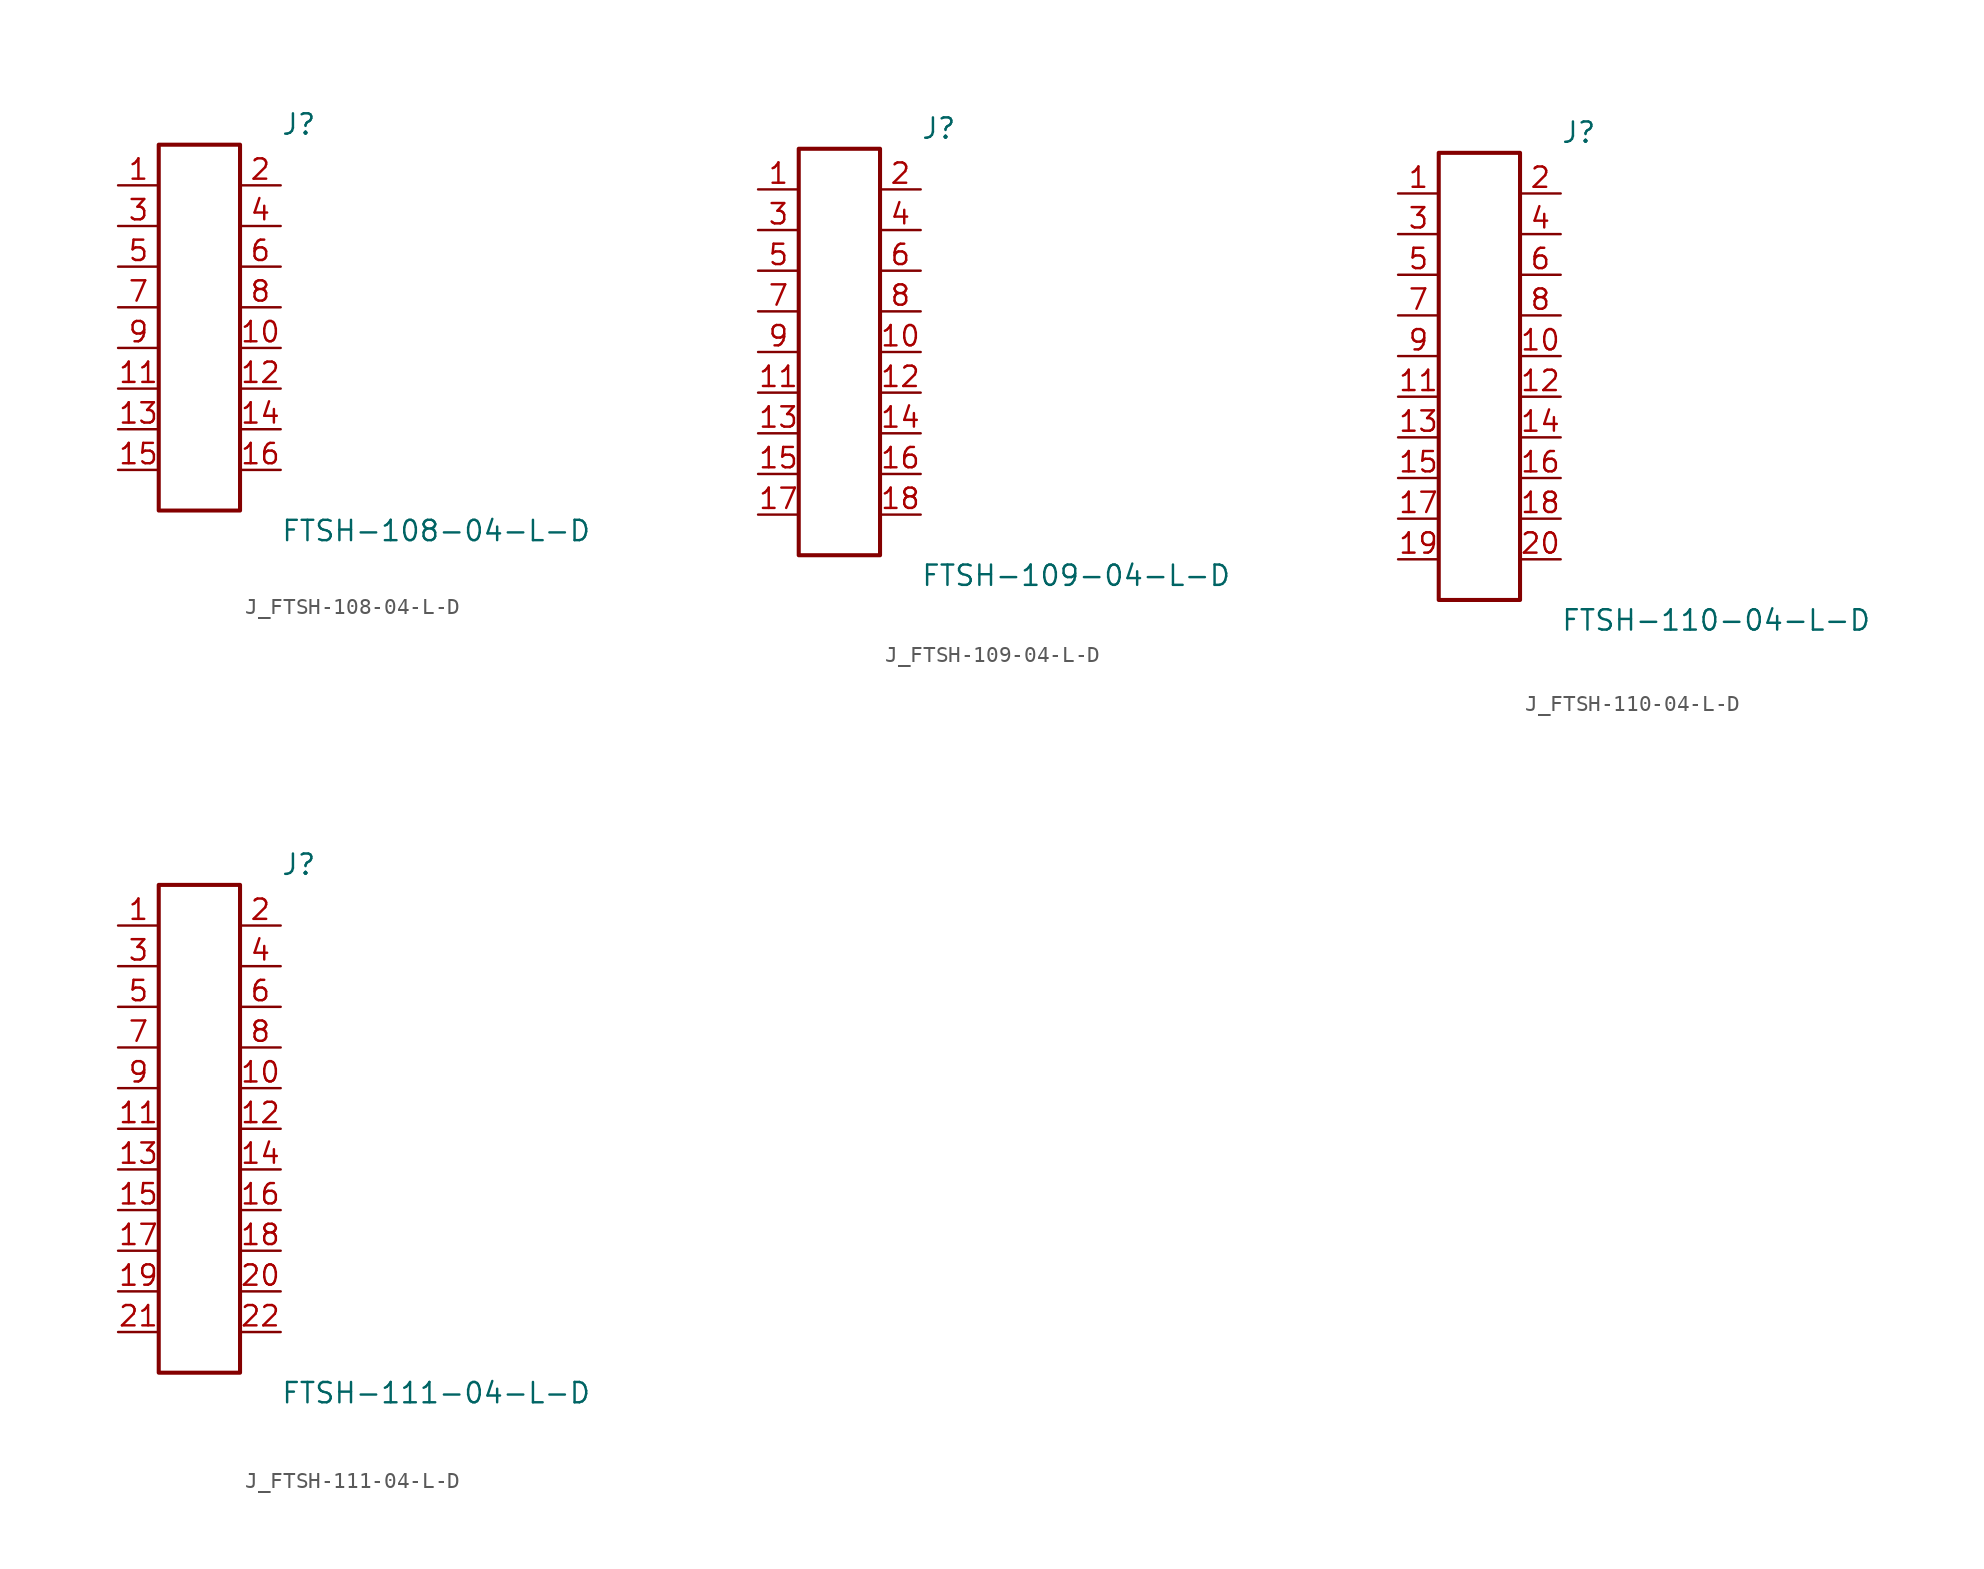
<source format=kicad_sym>
(kicad_symbol_lib
  (version 20231120)
  (generator kicad_symbol_editor)
  (generator_version 8.0)
  (symbol "J_FTSH-108-04-L-D"
    (pin_names
      (offset 0.254))
    (property "Reference" "J"
      (at 5.08 12.7 0)
      (effects (font (size 1.27 1.27)) (justify left)))
    (property "Value" "FTSH-108-04-L-D"
      (at 5.08 -12.7 0)
      (effects (font (size 1.27 1.27)) (justify left)))
    (symbol "J_FTSH-108-04-L-D_0_0"
      (pin passive line (at -5.08 8.89 0) (length 2.54) (name "" (effects (font (size 1.27 1.27)))) (number "1" (effects (font (size 1.27 1.27)))))
      (pin passive line (at 5.08 8.89 180) (length 2.54) (name "" (effects (font (size 1.27 1.27)))) (number "2" (effects (font (size 1.27 1.27)))))
      (pin passive line (at -5.08 6.35 0) (length 2.54) (name "" (effects (font (size 1.27 1.27)))) (number "3" (effects (font (size 1.27 1.27)))))
      (pin passive line (at 5.08 6.35 180) (length 2.54) (name "" (effects (font (size 1.27 1.27)))) (number "4" (effects (font (size 1.27 1.27)))))
      (pin passive line (at -5.08 3.81 0) (length 2.54) (name "" (effects (font (size 1.27 1.27)))) (number "5" (effects (font (size 1.27 1.27)))))
      (pin passive line (at 5.08 3.81 180) (length 2.54) (name "" (effects (font (size 1.27 1.27)))) (number "6" (effects (font (size 1.27 1.27)))))
      (pin passive line (at -5.08 1.27 0) (length 2.54) (name "" (effects (font (size 1.27 1.27)))) (number "7" (effects (font (size 1.27 1.27)))))
      (pin passive line (at 5.08 1.27 180) (length 2.54) (name "" (effects (font (size 1.27 1.27)))) (number "8" (effects (font (size 1.27 1.27)))))
      (pin passive line (at -5.08 -1.27 0) (length 2.54) (name "" (effects (font (size 1.27 1.27)))) (number "9" (effects (font (size 1.27 1.27)))))
      (pin passive line (at 5.08 -1.27 180) (length 2.54) (name "" (effects (font (size 1.27 1.27)))) (number "10" (effects (font (size 1.27 1.27)))))
      (pin passive line (at -5.08 -3.81 0) (length 2.54) (name "" (effects (font (size 1.27 1.27)))) (number "11" (effects (font (size 1.27 1.27)))))
      (pin passive line (at 5.08 -3.81 180) (length 2.54) (name "" (effects (font (size 1.27 1.27)))) (number "12" (effects (font (size 1.27 1.27)))))
      (pin passive line (at -5.08 -6.35 0) (length 2.54) (name "" (effects (font (size 1.27 1.27)))) (number "13" (effects (font (size 1.27 1.27)))))
      (pin passive line (at 5.08 -6.35 180) (length 2.54) (name "" (effects (font (size 1.27 1.27)))) (number "14" (effects (font (size 1.27 1.27)))))
      (pin passive line (at -5.08 -8.89 0) (length 2.54) (name "" (effects (font (size 1.27 1.27)))) (number "15" (effects (font (size 1.27 1.27)))))
      (pin passive line (at 5.08 -8.89 180) (length 2.54) (name "" (effects (font (size 1.27 1.27)))) (number "16" (effects (font (size 1.27 1.27))))))
    (symbol "J_FTSH-108-04-L-D_1_0"
      (rectangle (start -2.54 11.43) (end 2.54 -11.43) (stroke (width 0.254) (type solid)) (fill (type none)))))
  (symbol "J_FTSH-109-04-L-D"
    (pin_names
      (offset 0.254))
    (property "Reference" "J"
      (at 5.08 13.97 0)
      (effects (font (size 1.27 1.27)) (justify left)))
    (property "Value" "FTSH-109-04-L-D"
      (at 5.08 -13.97 0)
      (effects (font (size 1.27 1.27)) (justify left)))
    (symbol "J_FTSH-109-04-L-D_0_0"
      (pin passive line (at -5.08 10.16 0) (length 2.54) (name "" (effects (font (size 1.27 1.27)))) (number "1" (effects (font (size 1.27 1.27)))))
      (pin passive line (at 5.08 10.16 180) (length 2.54) (name "" (effects (font (size 1.27 1.27)))) (number "2" (effects (font (size 1.27 1.27)))))
      (pin passive line (at -5.08 7.62 0) (length 2.54) (name "" (effects (font (size 1.27 1.27)))) (number "3" (effects (font (size 1.27 1.27)))))
      (pin passive line (at 5.08 7.62 180) (length 2.54) (name "" (effects (font (size 1.27 1.27)))) (number "4" (effects (font (size 1.27 1.27)))))
      (pin passive line (at -5.08 5.08 0) (length 2.54) (name "" (effects (font (size 1.27 1.27)))) (number "5" (effects (font (size 1.27 1.27)))))
      (pin passive line (at 5.08 5.08 180) (length 2.54) (name "" (effects (font (size 1.27 1.27)))) (number "6" (effects (font (size 1.27 1.27)))))
      (pin passive line (at -5.08 2.54 0) (length 2.54) (name "" (effects (font (size 1.27 1.27)))) (number "7" (effects (font (size 1.27 1.27)))))
      (pin passive line (at 5.08 2.54 180) (length 2.54) (name "" (effects (font (size 1.27 1.27)))) (number "8" (effects (font (size 1.27 1.27)))))
      (pin passive line (at -5.08 0.0 0) (length 2.54) (name "" (effects (font (size 1.27 1.27)))) (number "9" (effects (font (size 1.27 1.27)))))
      (pin passive line (at 5.08 0.0 180) (length 2.54) (name "" (effects (font (size 1.27 1.27)))) (number "10" (effects (font (size 1.27 1.27)))))
      (pin passive line (at -5.08 -2.54 0) (length 2.54) (name "" (effects (font (size 1.27 1.27)))) (number "11" (effects (font (size 1.27 1.27)))))
      (pin passive line (at 5.08 -2.54 180) (length 2.54) (name "" (effects (font (size 1.27 1.27)))) (number "12" (effects (font (size 1.27 1.27)))))
      (pin passive line (at -5.08 -5.08 0) (length 2.54) (name "" (effects (font (size 1.27 1.27)))) (number "13" (effects (font (size 1.27 1.27)))))
      (pin passive line (at 5.08 -5.08 180) (length 2.54) (name "" (effects (font (size 1.27 1.27)))) (number "14" (effects (font (size 1.27 1.27)))))
      (pin passive line (at -5.08 -7.62 0) (length 2.54) (name "" (effects (font (size 1.27 1.27)))) (number "15" (effects (font (size 1.27 1.27)))))
      (pin passive line (at 5.08 -7.62 180) (length 2.54) (name "" (effects (font (size 1.27 1.27)))) (number "16" (effects (font (size 1.27 1.27)))))
      (pin passive line (at -5.08 -10.16 0) (length 2.54) (name "" (effects (font (size 1.27 1.27)))) (number "17" (effects (font (size 1.27 1.27)))))
      (pin passive line (at 5.08 -10.16 180) (length 2.54) (name "" (effects (font (size 1.27 1.27)))) (number "18" (effects (font (size 1.27 1.27))))))
    (symbol "J_FTSH-109-04-L-D_1_0"
      (rectangle (start -2.54 12.7) (end 2.54 -12.7) (stroke (width 0.254) (type solid)) (fill (type none)))))
  (symbol "J_FTSH-110-04-L-D"
    (pin_names
      (offset 0.254))
    (property "Reference" "J"
      (at 5.08 15.24 0)
      (effects (font (size 1.27 1.27)) (justify left)))
    (property "Value" "FTSH-110-04-L-D"
      (at 5.08 -15.24 0)
      (effects (font (size 1.27 1.27)) (justify left)))
    (symbol "J_FTSH-110-04-L-D_0_0"
      (pin passive line (at -5.08 11.43 0) (length 2.54) (name "" (effects (font (size 1.27 1.27)))) (number "1" (effects (font (size 1.27 1.27)))))
      (pin passive line (at 5.08 11.43 180) (length 2.54) (name "" (effects (font (size 1.27 1.27)))) (number "2" (effects (font (size 1.27 1.27)))))
      (pin passive line (at -5.08 8.89 0) (length 2.54) (name "" (effects (font (size 1.27 1.27)))) (number "3" (effects (font (size 1.27 1.27)))))
      (pin passive line (at 5.08 8.89 180) (length 2.54) (name "" (effects (font (size 1.27 1.27)))) (number "4" (effects (font (size 1.27 1.27)))))
      (pin passive line (at -5.08 6.35 0) (length 2.54) (name "" (effects (font (size 1.27 1.27)))) (number "5" (effects (font (size 1.27 1.27)))))
      (pin passive line (at 5.08 6.35 180) (length 2.54) (name "" (effects (font (size 1.27 1.27)))) (number "6" (effects (font (size 1.27 1.27)))))
      (pin passive line (at -5.08 3.81 0) (length 2.54) (name "" (effects (font (size 1.27 1.27)))) (number "7" (effects (font (size 1.27 1.27)))))
      (pin passive line (at 5.08 3.81 180) (length 2.54) (name "" (effects (font (size 1.27 1.27)))) (number "8" (effects (font (size 1.27 1.27)))))
      (pin passive line (at -5.08 1.27 0) (length 2.54) (name "" (effects (font (size 1.27 1.27)))) (number "9" (effects (font (size 1.27 1.27)))))
      (pin passive line (at 5.08 1.27 180) (length 2.54) (name "" (effects (font (size 1.27 1.27)))) (number "10" (effects (font (size 1.27 1.27)))))
      (pin passive line (at -5.08 -1.27 0) (length 2.54) (name "" (effects (font (size 1.27 1.27)))) (number "11" (effects (font (size 1.27 1.27)))))
      (pin passive line (at 5.08 -1.27 180) (length 2.54) (name "" (effects (font (size 1.27 1.27)))) (number "12" (effects (font (size 1.27 1.27)))))
      (pin passive line (at -5.08 -3.81 0) (length 2.54) (name "" (effects (font (size 1.27 1.27)))) (number "13" (effects (font (size 1.27 1.27)))))
      (pin passive line (at 5.08 -3.81 180) (length 2.54) (name "" (effects (font (size 1.27 1.27)))) (number "14" (effects (font (size 1.27 1.27)))))
      (pin passive line (at -5.08 -6.35 0) (length 2.54) (name "" (effects (font (size 1.27 1.27)))) (number "15" (effects (font (size 1.27 1.27)))))
      (pin passive line (at 5.08 -6.35 180) (length 2.54) (name "" (effects (font (size 1.27 1.27)))) (number "16" (effects (font (size 1.27 1.27)))))
      (pin passive line (at -5.08 -8.89 0) (length 2.54) (name "" (effects (font (size 1.27 1.27)))) (number "17" (effects (font (size 1.27 1.27)))))
      (pin passive line (at 5.08 -8.89 180) (length 2.54) (name "" (effects (font (size 1.27 1.27)))) (number "18" (effects (font (size 1.27 1.27)))))
      (pin passive line (at -5.08 -11.43 0) (length 2.54) (name "" (effects (font (size 1.27 1.27)))) (number "19" (effects (font (size 1.27 1.27)))))
      (pin passive line (at 5.08 -11.43 180) (length 2.54) (name "" (effects (font (size 1.27 1.27)))) (number "20" (effects (font (size 1.27 1.27))))))
    (symbol "J_FTSH-110-04-L-D_1_0"
      (rectangle (start -2.54 13.97) (end 2.54 -13.97) (stroke (width 0.254) (type solid)) (fill (type none)))))
  (symbol "J_FTSH-111-04-L-D"
    (pin_names
      (offset 0.254))
    (property "Reference" "J"
      (at 5.08 16.51 0)
      (effects (font (size 1.27 1.27)) (justify left)))
    (property "Value" "FTSH-111-04-L-D"
      (at 5.08 -16.51 0)
      (effects (font (size 1.27 1.27)) (justify left)))
    (symbol "J_FTSH-111-04-L-D_0_0"
      (pin passive line (at -5.08 12.7 0) (length 2.54) (name "" (effects (font (size 1.27 1.27)))) (number "1" (effects (font (size 1.27 1.27)))))
      (pin passive line (at 5.08 12.7 180) (length 2.54) (name "" (effects (font (size 1.27 1.27)))) (number "2" (effects (font (size 1.27 1.27)))))
      (pin passive line (at -5.08 10.16 0) (length 2.54) (name "" (effects (font (size 1.27 1.27)))) (number "3" (effects (font (size 1.27 1.27)))))
      (pin passive line (at 5.08 10.16 180) (length 2.54) (name "" (effects (font (size 1.27 1.27)))) (number "4" (effects (font (size 1.27 1.27)))))
      (pin passive line (at -5.08 7.62 0) (length 2.54) (name "" (effects (font (size 1.27 1.27)))) (number "5" (effects (font (size 1.27 1.27)))))
      (pin passive line (at 5.08 7.62 180) (length 2.54) (name "" (effects (font (size 1.27 1.27)))) (number "6" (effects (font (size 1.27 1.27)))))
      (pin passive line (at -5.08 5.08 0) (length 2.54) (name "" (effects (font (size 1.27 1.27)))) (number "7" (effects (font (size 1.27 1.27)))))
      (pin passive line (at 5.08 5.08 180) (length 2.54) (name "" (effects (font (size 1.27 1.27)))) (number "8" (effects (font (size 1.27 1.27)))))
      (pin passive line (at -5.08 2.54 0) (length 2.54) (name "" (effects (font (size 1.27 1.27)))) (number "9" (effects (font (size 1.27 1.27)))))
      (pin passive line (at 5.08 2.54 180) (length 2.54) (name "" (effects (font (size 1.27 1.27)))) (number "10" (effects (font (size 1.27 1.27)))))
      (pin passive line (at -5.08 0.0 0) (length 2.54) (name "" (effects (font (size 1.27 1.27)))) (number "11" (effects (font (size 1.27 1.27)))))
      (pin passive line (at 5.08 0.0 180) (length 2.54) (name "" (effects (font (size 1.27 1.27)))) (number "12" (effects (font (size 1.27 1.27)))))
      (pin passive line (at -5.08 -2.54 0) (length 2.54) (name "" (effects (font (size 1.27 1.27)))) (number "13" (effects (font (size 1.27 1.27)))))
      (pin passive line (at 5.08 -2.54 180) (length 2.54) (name "" (effects (font (size 1.27 1.27)))) (number "14" (effects (font (size 1.27 1.27)))))
      (pin passive line (at -5.08 -5.08 0) (length 2.54) (name "" (effects (font (size 1.27 1.27)))) (number "15" (effects (font (size 1.27 1.27)))))
      (pin passive line (at 5.08 -5.08 180) (length 2.54) (name "" (effects (font (size 1.27 1.27)))) (number "16" (effects (font (size 1.27 1.27)))))
      (pin passive line (at -5.08 -7.62 0) (length 2.54) (name "" (effects (font (size 1.27 1.27)))) (number "17" (effects (font (size 1.27 1.27)))))
      (pin passive line (at 5.08 -7.62 180) (length 2.54) (name "" (effects (font (size 1.27 1.27)))) (number "18" (effects (font (size 1.27 1.27)))))
      (pin passive line (at -5.08 -10.16 0) (length 2.54) (name "" (effects (font (size 1.27 1.27)))) (number "19" (effects (font (size 1.27 1.27)))))
      (pin passive line (at 5.08 -10.16 180) (length 2.54) (name "" (effects (font (size 1.27 1.27)))) (number "20" (effects (font (size 1.27 1.27)))))
      (pin passive line (at -5.08 -12.7 0) (length 2.54) (name "" (effects (font (size 1.27 1.27)))) (number "21" (effects (font (size 1.27 1.27)))))
      (pin passive line (at 5.08 -12.7 180) (length 2.54) (name "" (effects (font (size 1.27 1.27)))) (number "22" (effects (font (size 1.27 1.27))))))
    (symbol "J_FTSH-111-04-L-D_1_0"
      (rectangle (start -2.54 15.24) (end 2.54 -15.24) (stroke (width 0.254) (type solid)) (fill (type none))))))
</source>
